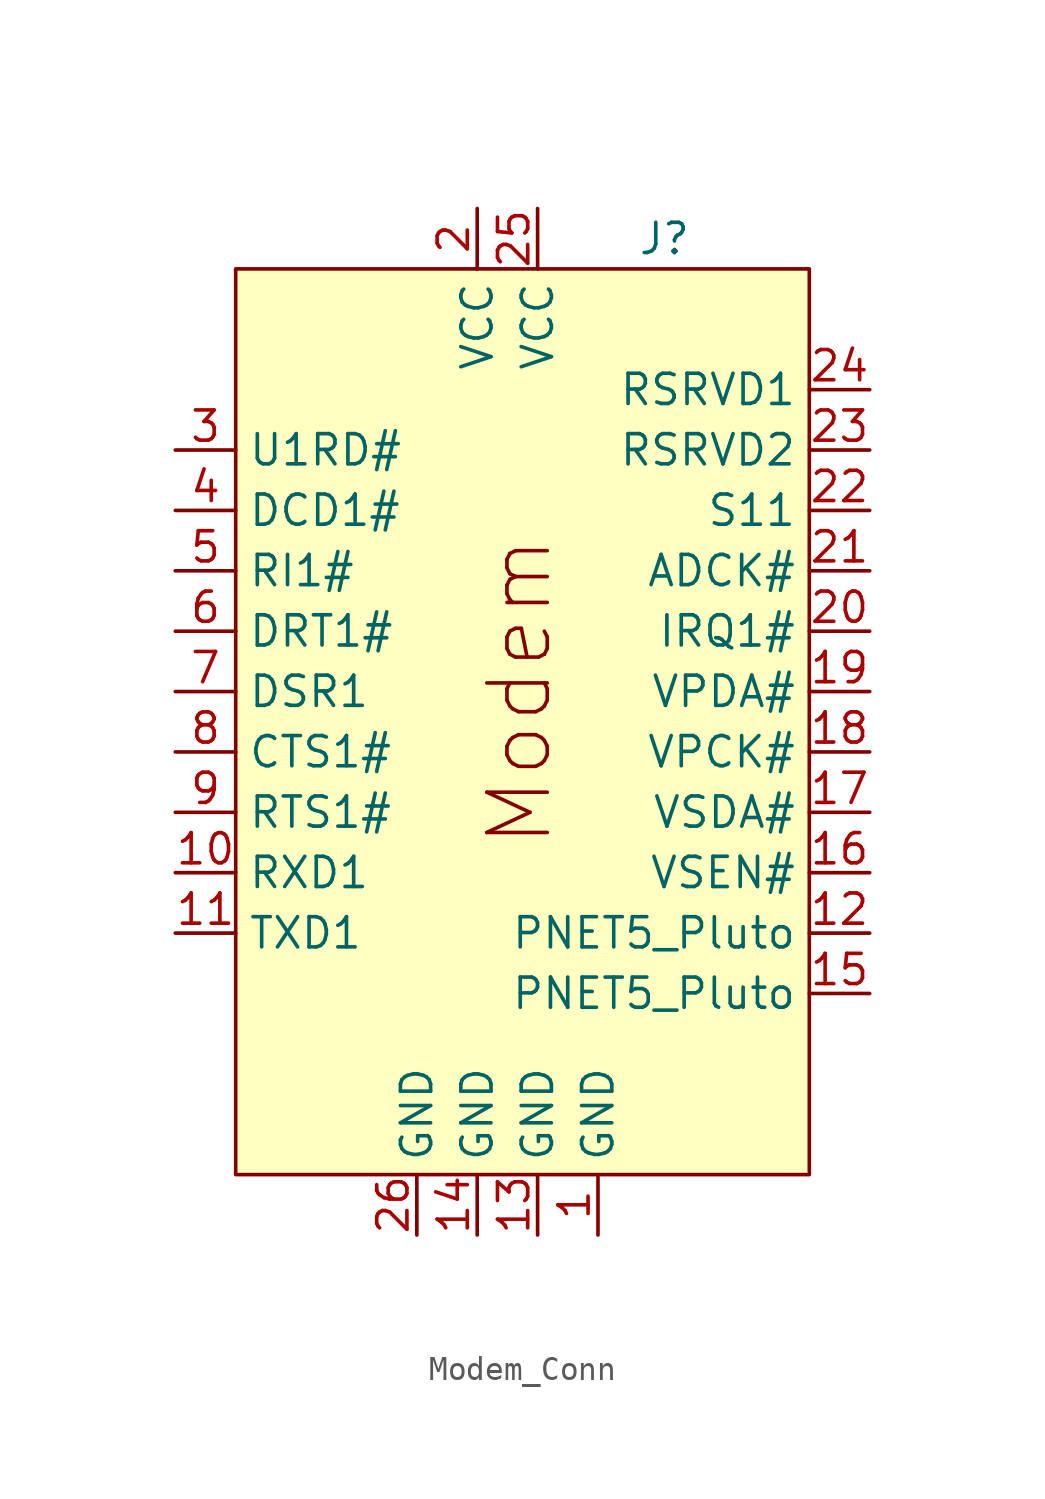
<source format=kicad_sym>
(kicad_symbol_lib
  (version 20241209)
  (generator "kicad_symbol_editor")
  (generator_version "9.0")
  (symbol "Modem_Conn"
    (property "Reference" "J"
      (at 6.604 20.32 0)
      (effects (font (size 1.27 1.27))))
    (property "Value" ""
      (at 0 0 0)
      (effects (font (size 1.27 1.27))))
    (symbol "Modem_Conn_1_1"
      (rectangle (start -11.43 19.05) (end 12.7 -19.05) (stroke (width 0) (type solid)) (fill (type color) (color 255 255 194 1)))
      (text "Modem" (at 0.508 1.27 900) (effects (font (size 2.54 2.54))))
      (pin bidirectional line (at -13.97 11.43 0) (length 2.54) (name "U1RD#" (effects (font (size 1.27 1.27)))) (number "3" (effects (font (size 1.27 1.27)))))
      (pin bidirectional line (at -13.97 8.89 0) (length 2.54) (name "DCD1#" (effects (font (size 1.27 1.27)))) (number "4" (effects (font (size 1.27 1.27)))))
      (pin bidirectional line (at -13.97 6.35 0) (length 2.54) (name "RI1#" (effects (font (size 1.27 1.27)))) (number "5" (effects (font (size 1.27 1.27)))))
      (pin bidirectional line (at -13.97 3.81 0) (length 2.54) (name "DRT1#" (effects (font (size 1.27 1.27)))) (number "6" (effects (font (size 1.27 1.27)))))
      (pin bidirectional line (at -13.97 1.27 0) (length 2.54) (name "DSR1" (effects (font (size 1.27 1.27)))) (number "7" (effects (font (size 1.27 1.27)))))
      (pin bidirectional line (at -13.97 -1.27 0) (length 2.54) (name "CTS1#" (effects (font (size 1.27 1.27)))) (number "8" (effects (font (size 1.27 1.27)))))
      (pin bidirectional line (at -13.97 -3.81 0) (length 2.54) (name "RTS1#" (effects (font (size 1.27 1.27)))) (number "9" (effects (font (size 1.27 1.27)))))
      (pin bidirectional line (at -13.97 -6.35 0) (length 2.54) (name "RXD1" (effects (font (size 1.27 1.27)))) (number "10" (effects (font (size 1.27 1.27)))))
      (pin bidirectional line (at -13.97 -8.89 0) (length 2.54) (name "TXD1" (effects (font (size 1.27 1.27)))) (number "11" (effects (font (size 1.27 1.27)))))
      (pin power_in line (at -3.81 -21.59 90) (length 2.54) (name "GND" (effects (font (size 1.27 1.27)))) (number "26" (effects (font (size 1.27 1.27)))))
      (pin power_in line (at -1.27 21.59 270) (length 2.54) (name "VCC" (effects (font (size 1.27 1.27)))) (number "2" (effects (font (size 1.27 1.27)))))
      (pin power_in line (at -1.27 -21.59 90) (length 2.54) (name "GND" (effects (font (size 1.27 1.27)))) (number "14" (effects (font (size 1.27 1.27)))))
      (pin power_in line (at 1.27 21.59 270) (length 2.54) (name "VCC" (effects (font (size 1.27 1.27)))) (number "25" (effects (font (size 1.27 1.27)))))
      (pin power_in line (at 1.27 -21.59 90) (length 2.54) (name "GND" (effects (font (size 1.27 1.27)))) (number "13" (effects (font (size 1.27 1.27)))))
      (pin power_in line (at 3.81 -21.59 90) (length 2.54) (name "GND" (effects (font (size 1.27 1.27)))) (number "1" (effects (font (size 1.27 1.27)))))
      (pin bidirectional line (at 15.24 13.97 180) (length 2.54) (name "RSRVD1" (effects (font (size 1.27 1.27)))) (number "24" (effects (font (size 1.27 1.27)))))
      (pin bidirectional line (at 15.24 11.43 180) (length 2.54) (name "RSRVD2" (effects (font (size 1.27 1.27)))) (number "23" (effects (font (size 1.27 1.27)))))
      (pin bidirectional line (at 15.24 8.89 180) (length 2.54) (name "S11" (effects (font (size 1.27 1.27)))) (number "22" (effects (font (size 1.27 1.27)))))
      (pin bidirectional line (at 15.24 6.35 180) (length 2.54) (name "ADCK#" (effects (font (size 1.27 1.27)))) (number "21" (effects (font (size 1.27 1.27)))))
      (pin bidirectional line (at 15.24 3.81 180) (length 2.54) (name "IRQ1#" (effects (font (size 1.27 1.27)))) (number "20" (effects (font (size 1.27 1.27)))))
      (pin bidirectional line (at 15.24 1.27 180) (length 2.54) (name "VPDA#" (effects (font (size 1.27 1.27)))) (number "19" (effects (font (size 1.27 1.27)))))
      (pin bidirectional line (at 15.24 -1.27 180) (length 2.54) (name "VPCK#" (effects (font (size 1.27 1.27)))) (number "18" (effects (font (size 1.27 1.27)))))
      (pin bidirectional line (at 15.24 -3.81 180) (length 2.54) (name "VSDA#" (effects (font (size 1.27 1.27)))) (number "17" (effects (font (size 1.27 1.27)))))
      (pin bidirectional line (at 15.24 -6.35 180) (length 2.54) (name "VSEN#" (effects (font (size 1.27 1.27)))) (number "16" (effects (font (size 1.27 1.27)))))
      (pin power_in line (at 15.24 -8.89 180) (length 2.54) (name "PNET5_Pluto" (effects (font (size 1.27 1.27)))) (number "12" (effects (font (size 1.27 1.27)))))
      (pin power_in line (at 15.24 -11.43 180) (length 2.54) (name "PNET5_Pluto" (effects (font (size 1.27 1.27)))) (number "15" (effects (font (size 1.27 1.27))))))))
</source>
